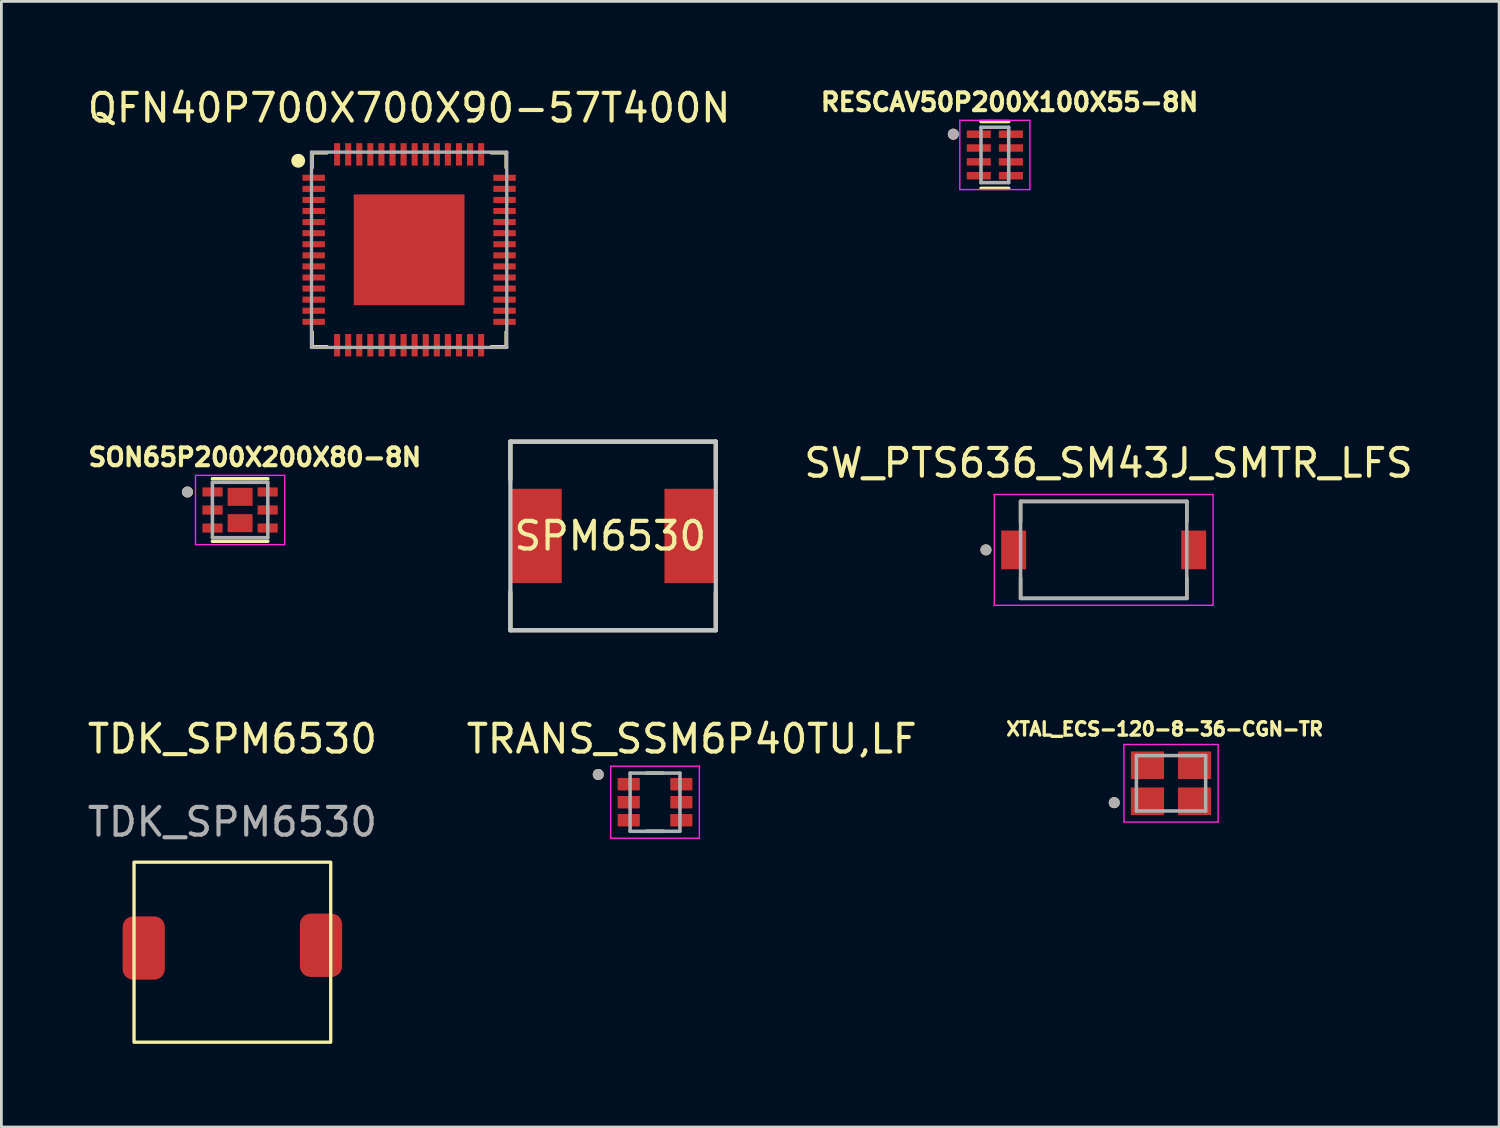
<source format=kicad_pcb>
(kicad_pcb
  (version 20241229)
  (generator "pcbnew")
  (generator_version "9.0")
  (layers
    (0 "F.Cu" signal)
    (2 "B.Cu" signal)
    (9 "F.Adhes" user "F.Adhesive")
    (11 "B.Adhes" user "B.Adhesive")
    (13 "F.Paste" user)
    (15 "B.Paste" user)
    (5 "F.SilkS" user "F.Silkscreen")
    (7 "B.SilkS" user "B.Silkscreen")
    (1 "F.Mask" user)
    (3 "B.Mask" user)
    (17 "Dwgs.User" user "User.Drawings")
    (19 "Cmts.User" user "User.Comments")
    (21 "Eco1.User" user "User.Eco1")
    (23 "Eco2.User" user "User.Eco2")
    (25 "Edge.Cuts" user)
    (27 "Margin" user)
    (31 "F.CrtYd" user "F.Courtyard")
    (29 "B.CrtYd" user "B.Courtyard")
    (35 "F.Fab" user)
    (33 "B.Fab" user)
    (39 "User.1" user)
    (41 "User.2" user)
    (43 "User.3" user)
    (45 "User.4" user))
  (footprint "XTAL_ECS-120-8-36-CGN-TR"
    (layer "F.Cu")
    (at 39.226 25.228)
    (property "Reference" "XTAL_ECS-120-8-36-CGN-TR" (at -0.226 -1.958 0) (layer "F.SilkS") (effects (font (size 0.481 0.481) (thickness 0.15))))
    (attr through_hole)
    (fp_circle (center -2.05 0.7) (end -1.95 0.7) (stroke (width 0.2) (type solid)) (fill no) (layer "F.SilkS"))
    (fp_line (start -1.7 -1.4) (end -1.7 1.4) (stroke (width 0.05) (type solid)) (layer "F.CrtYd"))
    (fp_line (start -1.7 1.4) (end 1.7 1.4) (stroke (width 0.05) (type solid)) (layer "F.CrtYd"))
    (fp_line (start 1.7 -1.4) (end -1.7 -1.4) (stroke (width 0.05) (type solid)) (layer "F.CrtYd"))
    (fp_line (start 1.7 1.4) (end 1.7 -1.4) (stroke (width 0.05) (type solid)) (layer "F.CrtYd"))
    (fp_line (start -1.25 -1) (end -1.25 1) (stroke (width 0.127) (type solid)) (layer "F.Fab"))
    (fp_line (start -1.25 1) (end 1.25 1) (stroke (width 0.127) (type solid)) (layer "F.Fab"))
    (fp_line (start 1.25 -1) (end -1.25 -1) (stroke (width 0.127) (type solid)) (layer "F.Fab"))
    (fp_line (start 1.25 1) (end 1.25 -1) (stroke (width 0.127) (type solid)) (layer "F.Fab"))
    (fp_circle (center -2.05 0.7) (end -1.95 0.7) (stroke (width 0.2) (type solid)) (fill no) (layer "F.Fab"))
    (pad "1" smd rect (at -0.85 0.65 90) (size 1 1.2) (layers "F.Cu" "F.Mask" "F.Paste"))
    (pad "2" smd rect (at 0.85 0.65 90) (size 1 1.2) (layers "F.Cu" "F.Mask" "F.Paste"))
    (pad "3" smd rect (at 0.85 -0.65 90) (size 1 1.2) (layers "F.Cu" "F.Mask" "F.Paste"))
    (pad "4" smd rect (at -0.85 -0.65 90) (size 1 1.2) (layers "F.Cu" "F.Mask" "F.Paste")))
  (footprint "SON65P200X200X80-8N"
    (layer "F.Cu")
    (at 5.618 15.362)
    (property "Reference" "SON65P200X200X80-8N" (at 0.532 -1.906 0) (layer "F.SilkS") (effects (font (size 0.64 0.64) (thickness 0.15))))
    (attr smd)
    (fp_line (start -1 -1.129) (end 1 -1.129) (stroke (width 0.127) (type solid)) (layer "F.SilkS"))
    (fp_line (start -1 1.129) (end 1 1.129) (stroke (width 0.127) (type solid)) (layer "F.SilkS"))
    (fp_circle (center -1.9 -0.65) (end -1.8 -0.65) (stroke (width 0.2) (type solid)) (fill no) (layer "F.SilkS"))
    (fp_poly (pts (xy -0.285 -0.68) (xy 0.285 -0.68) (xy 0.285 -0.27) (xy -0.285 -0.27)) (stroke (width 0.01) (type solid)) (fill yes) (layer "F.Paste"))
    (fp_poly (pts (xy -0.285 0.27) (xy 0.285 0.27) (xy 0.285 0.68) (xy -0.285 0.68)) (stroke (width 0.01) (type solid)) (fill yes) (layer "F.Paste"))
    (fp_line (start -1.61 -1.25) (end -1.61 1.25) (stroke (width 0.05) (type solid)) (layer "F.CrtYd"))
    (fp_line (start -1.61 1.25) (end 1.61 1.25) (stroke (width 0.05) (type solid)) (layer "F.CrtYd"))
    (fp_line (start 1.61 -1.25) (end -1.61 -1.25) (stroke (width 0.05) (type solid)) (layer "F.CrtYd"))
    (fp_line (start 1.61 1.25) (end 1.61 -1.25) (stroke (width 0.05) (type solid)) (layer "F.CrtYd"))
    (fp_line (start -1 -1) (end -1 1) (stroke (width 0.127) (type solid)) (layer "F.Fab"))
    (fp_line (start -1 1) (end 1 1) (stroke (width 0.127) (type solid)) (layer "F.Fab"))
    (fp_line (start 1 -1) (end -1 -1) (stroke (width 0.127) (type solid)) (layer "F.Fab"))
    (fp_line (start 1 1) (end 1 -1) (stroke (width 0.127) (type solid)) (layer "F.Fab"))
    (fp_circle (center -1.9 -0.65) (end -1.8 -0.65) (stroke (width 0.2) (type solid)) (fill no) (layer "F.Fab"))
    (pad "1" smd roundrect (at -0.995 -0.65) (size 0.73 0.33) (layers "F.Cu" "F.Mask" "F.Paste") (roundrect_rratio 0.04))
    (pad "2" smd roundrect (at -0.995 0) (size 0.73 0.33) (layers "F.Cu" "F.Mask" "F.Paste") (roundrect_rratio 0.04))
    (pad "3" smd roundrect (at -0.995 0.65) (size 0.73 0.33) (layers "F.Cu" "F.Mask" "F.Paste") (roundrect_rratio 0.04))
    (pad "4" smd roundrect (at 0.995 0.65 180) (size 0.73 0.33) (layers "F.Cu" "F.Mask" "F.Paste") (roundrect_rratio 0.04))
    (pad "5" smd roundrect (at 0.995 0 180) (size 0.73 0.33) (layers "F.Cu" "F.Mask" "F.Paste") (roundrect_rratio 0.04))
    (pad "6" smd roundrect (at 0.995 -0.65 180) (size 0.73 0.33) (layers "F.Cu" "F.Mask" "F.Paste") (roundrect_rratio 0.04))
    (pad "7" smd rect (at 0 -0.475) (size 0.9 0.65) (layers "F.Cu" "F.Mask"))
    (pad "8" smd rect (at 0 0.475) (size 0.9 0.65) (layers "F.Cu" "F.Mask")))
  (footprint "SW_PTS636_SM43J_SMTR_LFS"
    (layer "F.Cu")
    (at 36.795 16.802)
    (property "Reference" "SW_PTS636_SM43J_SMTR_LFS" (at 0.175 -3.135 0) (layer "F.SilkS") (effects (font (size 1 1) (thickness 0.15))))
    (attr through_hole)
    (fp_line (start -3 -1.75) (end 3 -1.75) (stroke (width 0.127) (type solid)) (layer "F.SilkS"))
    (fp_line (start -3 -1.014) (end -3 -1.75) (stroke (width 0.127) (type solid)) (layer "F.SilkS"))
    (fp_line (start -3 1.75) (end -3 1.014) (stroke (width 0.127) (type solid)) (layer "F.SilkS"))
    (fp_line (start 3 -1.75) (end 3 -1.014) (stroke (width 0.127) (type solid)) (layer "F.SilkS"))
    (fp_line (start 3 1.014) (end 3 1.75) (stroke (width 0.127) (type solid)) (layer "F.SilkS"))
    (fp_line (start 3 1.75) (end -3 1.75) (stroke (width 0.127) (type solid)) (layer "F.SilkS"))
    (fp_circle (center -4.25 0) (end -4.15 0) (stroke (width 0.2) (type solid)) (fill no) (layer "F.SilkS"))
    (fp_line (start -3.95 -2) (end 3.95 -2) (stroke (width 0.05) (type solid)) (layer "F.CrtYd"))
    (fp_line (start -3.95 2) (end -3.95 -2) (stroke (width 0.05) (type solid)) (layer "F.CrtYd"))
    (fp_line (start 3.95 -2) (end 3.95 2) (stroke (width 0.05) (type solid)) (layer "F.CrtYd"))
    (fp_line (start 3.95 2) (end -3.95 2) (stroke (width 0.05) (type solid)) (layer "F.CrtYd"))
    (fp_line (start -3 -1.75) (end 3 -1.75) (stroke (width 0.127) (type solid)) (layer "F.Fab"))
    (fp_line (start -3 1.75) (end -3 -1.75) (stroke (width 0.127) (type solid)) (layer "F.Fab"))
    (fp_line (start 3 -1.75) (end 3 1.75) (stroke (width 0.127) (type solid)) (layer "F.Fab"))
    (fp_line (start 3 1.75) (end -3 1.75) (stroke (width 0.127) (type solid)) (layer "F.Fab"))
    (fp_circle (center -4.25 0) (end -4.15 0) (stroke (width 0.2) (type solid)) (fill no) (layer "F.Fab"))
    (pad "1" smd rect (at -3.25 0) (size 0.9 1.4) (layers "F.Cu" "F.Mask" "F.Paste"))
    (pad "2" smd rect (at 3.25 0) (size 0.9 1.4) (layers "F.Cu" "F.Mask" "F.Paste")))
  (footprint "QFN40P700X700X90-57T400N"
    (layer "F.Cu")
    (at 11.72 5.968)
    (property "Reference" "QFN40P700X700X90-57T400N" (at 0 -5.12 0) (layer "F.SilkS") (effects (font (size 1 1) (thickness 0.15))))
    (attr through_hole)
    (fp_line (start -3.5 -3.5) (end -2.964 -3.5) (stroke (width 0.12) (type solid)) (layer "F.SilkS"))
    (fp_line (start -3.5 -2.964) (end -3.5 -3.5) (stroke (width 0.12) (type solid)) (layer "F.SilkS"))
    (fp_line (start -3.5 2.964) (end -3.5 3.5) (stroke (width 0.12) (type solid)) (layer "F.SilkS"))
    (fp_line (start -3.5 3.5) (end -2.964 3.5) (stroke (width 0.12) (type solid)) (layer "F.SilkS"))
    (fp_line (start 3.5 -3.5) (end 2.964 -3.5) (stroke (width 0.12) (type solid)) (layer "F.SilkS"))
    (fp_line (start 3.5 -2.964) (end 3.5 -3.5) (stroke (width 0.12) (type solid)) (layer "F.SilkS"))
    (fp_line (start 3.5 2.964) (end 3.5 3.5) (stroke (width 0.12) (type solid)) (layer "F.SilkS"))
    (fp_line (start 3.5 3.5) (end 2.964 3.5) (stroke (width 0.12) (type solid)) (layer "F.SilkS"))
    (fp_circle (center -4.004 -3.214) (end -3.754 -3.214) (stroke (width 0) (type solid)) (fill yes) (layer "F.SilkS"))
    (fp_line (start -3.525 -3.525) (end 3.525 -3.525) (stroke (width 0.12) (type solid)) (layer "F.Fab"))
    (fp_line (start -3.525 3.525) (end -3.525 -3.525) (stroke (width 0.12) (type solid)) (layer "F.Fab"))
    (fp_line (start 3.525 -3.525) (end 3.525 3.525) (stroke (width 0.12) (type solid)) (layer "F.Fab"))
    (fp_line (start 3.525 3.525) (end -3.525 3.525) (stroke (width 0.12) (type solid)) (layer "F.Fab"))
    (pad "1" smd rect (at -3.445 -2.6) (size 0.81 0.22) (layers "F.Cu" "F.Mask" "F.Paste"))
    (pad "2" smd rect (at -3.445 -2.2) (size 0.81 0.22) (layers "F.Cu" "F.Mask" "F.Paste"))
    (pad "3" smd rect (at -3.445 -1.8) (size 0.81 0.22) (layers "F.Cu" "F.Mask" "F.Paste"))
    (pad "4" smd rect (at -3.445 -1.4) (size 0.81 0.22) (layers "F.Cu" "F.Mask" "F.Paste"))
    (pad "5" smd rect (at -3.445 -1) (size 0.81 0.22) (layers "F.Cu" "F.Mask" "F.Paste"))
    (pad "6" smd rect (at -3.445 -0.6) (size 0.81 0.22) (layers "F.Cu" "F.Mask" "F.Paste"))
    (pad "7" smd rect (at -3.445 -0.2) (size 0.81 0.22) (layers "F.Cu" "F.Mask" "F.Paste"))
    (pad "8" smd rect (at -3.445 0.2) (size 0.81 0.22) (layers "F.Cu" "F.Mask" "F.Paste"))
    (pad "9" smd rect (at -3.445 0.6) (size 0.81 0.22) (layers "F.Cu" "F.Mask" "F.Paste"))
    (pad "10" smd rect (at -3.445 1) (size 0.81 0.22) (layers "F.Cu" "F.Mask" "F.Paste"))
    (pad "11" smd rect (at -3.445 1.4) (size 0.81 0.22) (layers "F.Cu" "F.Mask" "F.Paste"))
    (pad "12" smd rect (at -3.445 1.8) (size 0.81 0.22) (layers "F.Cu" "F.Mask" "F.Paste"))
    (pad "13" smd rect (at -3.445 2.2) (size 0.81 0.22) (layers "F.Cu" "F.Mask" "F.Paste"))
    (pad "14" smd rect (at -3.445 2.6) (size 0.81 0.22) (layers "F.Cu" "F.Mask" "F.Paste"))
    (pad "15" smd rect (at -2.6 3.445 90) (size 0.81 0.22) (layers "F.Cu" "F.Mask" "F.Paste"))
    (pad "16" smd rect (at -2.2 3.445 90) (size 0.81 0.22) (layers "F.Cu" "F.Mask" "F.Paste"))
    (pad "17" smd rect (at -1.8 3.445 90) (size 0.81 0.22) (layers "F.Cu" "F.Mask" "F.Paste"))
    (pad "18" smd rect (at -1.4 3.445 90) (size 0.81 0.22) (layers "F.Cu" "F.Mask" "F.Paste"))
    (pad "19" smd rect (at -1 3.445 90) (size 0.81 0.22) (layers "F.Cu" "F.Mask" "F.Paste"))
    (pad "20" smd rect (at -0.6 3.445 90) (size 0.81 0.22) (layers "F.Cu" "F.Mask" "F.Paste"))
    (pad "21" smd rect (at -0.2 3.445 90) (size 0.81 0.22) (layers "F.Cu" "F.Mask" "F.Paste"))
    (pad "22" smd rect (at 0.2 3.445 90) (size 0.81 0.22) (layers "F.Cu" "F.Mask" "F.Paste"))
    (pad "23" smd rect (at 0.6 3.445 90) (size 0.81 0.22) (layers "F.Cu" "F.Mask" "F.Paste"))
    (pad "24" smd rect (at 1 3.445 90) (size 0.81 0.22) (layers "F.Cu" "F.Mask" "F.Paste"))
    (pad "25" smd rect (at 1.4 3.445 90) (size 0.81 0.22) (layers "F.Cu" "F.Mask" "F.Paste"))
    (pad "26" smd rect (at 1.8 3.445 90) (size 0.81 0.22) (layers "F.Cu" "F.Mask" "F.Paste"))
    (pad "27" smd rect (at 2.2 3.445 90) (size 0.81 0.22) (layers "F.Cu" "F.Mask" "F.Paste"))
    (pad "28" smd rect (at 2.6 3.445 90) (size 0.81 0.22) (layers "F.Cu" "F.Mask" "F.Paste"))
    (pad "29" smd rect (at 3.445 2.6) (size 0.81 0.22) (layers "F.Cu" "F.Mask" "F.Paste"))
    (pad "30" smd rect (at 3.445 2.2) (size 0.81 0.22) (layers "F.Cu" "F.Mask" "F.Paste"))
    (pad "31" smd rect (at 3.445 1.8) (size 0.81 0.22) (layers "F.Cu" "F.Mask" "F.Paste"))
    (pad "32" smd rect (at 3.445 1.4) (size 0.81 0.22) (layers "F.Cu" "F.Mask" "F.Paste"))
    (pad "33" smd rect (at 3.445 1) (size 0.81 0.22) (layers "F.Cu" "F.Mask" "F.Paste"))
    (pad "34" smd rect (at 3.445 0.6) (size 0.81 0.22) (layers "F.Cu" "F.Mask" "F.Paste"))
    (pad "35" smd rect (at 3.445 0.2) (size 0.81 0.22) (layers "F.Cu" "F.Mask" "F.Paste"))
    (pad "36" smd rect (at 3.445 -0.2) (size 0.81 0.22) (layers "F.Cu" "F.Mask" "F.Paste"))
    (pad "37" smd rect (at 3.445 -0.6) (size 0.81 0.22) (layers "F.Cu" "F.Mask" "F.Paste"))
    (pad "38" smd rect (at 3.445 -1) (size 0.81 0.22) (layers "F.Cu" "F.Mask" "F.Paste"))
    (pad "39" smd rect (at 3.445 -1.4) (size 0.81 0.22) (layers "F.Cu" "F.Mask" "F.Paste"))
    (pad "40" smd rect (at 3.445 -1.8) (size 0.81 0.22) (layers "F.Cu" "F.Mask" "F.Paste"))
    (pad "41" smd rect (at 3.445 -2.2) (size 0.81 0.22) (layers "F.Cu" "F.Mask" "F.Paste"))
    (pad "42" smd rect (at 3.445 -2.6) (size 0.81 0.22) (layers "F.Cu" "F.Mask" "F.Paste"))
    (pad "43" smd rect (at 2.6 -3.445 90) (size 0.81 0.22) (layers "F.Cu" "F.Mask" "F.Paste"))
    (pad "44" smd rect (at 2.2 -3.445 90) (size 0.81 0.22) (layers "F.Cu" "F.Mask" "F.Paste"))
    (pad "45" smd rect (at 1.8 -3.445 90) (size 0.81 0.22) (layers "F.Cu" "F.Mask" "F.Paste"))
    (pad "46" smd rect (at 1.4 -3.445 90) (size 0.81 0.22) (layers "F.Cu" "F.Mask" "F.Paste"))
    (pad "47" smd rect (at 1 -3.445 90) (size 0.81 0.22) (layers "F.Cu" "F.Mask" "F.Paste"))
    (pad "48" smd rect (at 0.6 -3.445 90) (size 0.81 0.22) (layers "F.Cu" "F.Mask" "F.Paste"))
    (pad "49" smd rect (at 0.2 -3.445 90) (size 0.81 0.22) (layers "F.Cu" "F.Mask" "F.Paste"))
    (pad "50" smd rect (at -0.2 -3.445 90) (size 0.81 0.22) (layers "F.Cu" "F.Mask" "F.Paste"))
    (pad "51" smd rect (at -0.6 -3.445 90) (size 0.81 0.22) (layers "F.Cu" "F.Mask" "F.Paste"))
    (pad "52" smd rect (at -1 -3.445 90) (size 0.81 0.22) (layers "F.Cu" "F.Mask" "F.Paste"))
    (pad "53" smd rect (at -1.4 -3.445 90) (size 0.81 0.22) (layers "F.Cu" "F.Mask" "F.Paste"))
    (pad "54" smd rect (at -1.8 -3.445 90) (size 0.81 0.22) (layers "F.Cu" "F.Mask" "F.Paste"))
    (pad "55" smd rect (at -2.2 -3.445 90) (size 0.81 0.22) (layers "F.Cu" "F.Mask" "F.Paste"))
    (pad "56" smd rect (at -2.6 -3.445 90) (size 0.81 0.22) (layers "F.Cu" "F.Mask" "F.Paste"))
    (pad "57" smd rect (at 0 0) (size 4 4) (layers "F.Cu" "F.Mask" "F.Paste")))
  (footprint "RESCAV50P200X100X55-8N"
    (layer "F.Cu")
    (at 32.866 2.544)
    (property "Reference" "RESCAV50P200X100X55-8N" (at 0.532 -1.906 0) (layer "F.SilkS") (effects (font (size 0.64 0.64) (thickness 0.15))))
    (attr through_hole)
    (fp_line (start -0.5 -1.205) (end 0.5 -1.205) (stroke (width 0.127) (type solid)) (layer "F.SilkS"))
    (fp_line (start -0.5 1.205) (end 0.5 1.205) (stroke (width 0.127) (type solid)) (layer "F.SilkS"))
    (fp_circle (center -1.5 -0.75) (end -1.4 -0.75) (stroke (width 0.2) (type solid)) (fill no) (layer "F.SilkS"))
    (fp_line (start -1.265 -1.25) (end 1.265 -1.25) (stroke (width 0.05) (type solid)) (layer "F.CrtYd"))
    (fp_line (start -1.265 1.25) (end -1.265 -1.25) (stroke (width 0.05) (type solid)) (layer "F.CrtYd"))
    (fp_line (start 1.265 -1.25) (end 1.265 1.25) (stroke (width 0.05) (type solid)) (layer "F.CrtYd"))
    (fp_line (start 1.265 1.25) (end -1.265 1.25) (stroke (width 0.05) (type solid)) (layer "F.CrtYd"))
    (fp_line (start -0.5 -1) (end 0.5 -1) (stroke (width 0.127) (type solid)) (layer "F.Fab"))
    (fp_line (start -0.5 1) (end -0.5 -1) (stroke (width 0.127) (type solid)) (layer "F.Fab"))
    (fp_line (start 0.5 -1) (end 0.5 1) (stroke (width 0.127) (type solid)) (layer "F.Fab"))
    (fp_line (start 0.5 1) (end -0.5 1) (stroke (width 0.127) (type solid)) (layer "F.Fab"))
    (fp_circle (center -1.5 -0.75) (end -1.4 -0.75) (stroke (width 0.2) (type solid)) (fill no) (layer "F.Fab"))
    (pad "1" smd roundrect (at -0.58 -0.75) (size 0.87 0.27) (layers "F.Cu" "F.Mask" "F.Paste") (roundrect_rratio 0.03))
    (pad "2" smd roundrect (at -0.58 -0.25) (size 0.87 0.27) (layers "F.Cu" "F.Mask" "F.Paste") (roundrect_rratio 0.03))
    (pad "3" smd roundrect (at -0.58 0.25) (size 0.87 0.27) (layers "F.Cu" "F.Mask" "F.Paste") (roundrect_rratio 0.03))
    (pad "4" smd roundrect (at -0.58 0.75) (size 0.87 0.27) (layers "F.Cu" "F.Mask" "F.Paste") (roundrect_rratio 0.03))
    (pad "5" smd roundrect (at 0.58 0.75 180) (size 0.87 0.27) (layers "F.Cu" "F.Mask" "F.Paste") (roundrect_rratio 0.03))
    (pad "6" smd roundrect (at 0.58 0.25 180) (size 0.87 0.27) (layers "F.Cu" "F.Mask" "F.Paste") (roundrect_rratio 0.03))
    (pad "7" smd roundrect (at 0.58 -0.25 180) (size 0.87 0.27) (layers "F.Cu" "F.Mask" "F.Paste") (roundrect_rratio 0.03))
    (pad "8" smd roundrect (at 0.58 -0.75 180) (size 0.87 0.27) (layers "F.Cu" "F.Mask" "F.Paste") (roundrect_rratio 0.03)))
  (footprint "SPM6530"
    (layer "F.Cu")
    (at 19.084 16.298)
    (property "Reference" "SPM6530" (at -0.102 0 0) (layer "F.SilkS") (effects (font (size 1 1) (thickness 0.15))))
    (attr through_hole)
    (fp_line (start -3.708 -3.404) (end -3.708 -2.032) (stroke (width 0.152) (type solid)) (layer "F.SilkS"))
    (fp_line (start -3.708 2.032) (end -3.708 3.404) (stroke (width 0.152) (type solid)) (layer "F.SilkS"))
    (fp_line (start -3.708 3.404) (end 3.708 3.404) (stroke (width 0.152) (type solid)) (layer "F.SilkS"))
    (fp_line (start 3.708 -3.404) (end -3.708 -3.404) (stroke (width 0.152) (type solid)) (layer "F.SilkS"))
    (fp_line (start 3.708 -2.032) (end 3.708 -3.404) (stroke (width 0.152) (type solid)) (layer "F.SilkS"))
    (fp_line (start 3.708 3.404) (end 3.708 2.032) (stroke (width 0.152) (type solid)) (layer "F.SilkS"))
    (fp_line (start -3.708 -3.404) (end -3.708 3.404) (stroke (width 0.152) (type solid)) (layer "Dwgs.User"))
    (fp_line (start -3.708 3.404) (end 3.708 3.404) (stroke (width 0.152) (type solid)) (layer "Dwgs.User"))
    (fp_line (start 3.708 -3.404) (end -3.708 -3.404) (stroke (width 0.152) (type solid)) (layer "Dwgs.User"))
    (fp_line (start 3.708 3.404) (end 3.708 -3.404) (stroke (width 0.152) (type solid)) (layer "Dwgs.User"))
    (pad "1" smd rect (at -2.775 0) (size 1.841 3.404) (layers "F.Cu" "F.Mask" "F.Paste"))
    (pad "2" smd rect (at 2.775 0) (size 1.841 3.404) (layers "F.Cu" "F.Mask" "F.Paste")))
  (footprint "TDK_SPM6530"
    (layer "F.Cu")
    (at 5.339 24.126)
    (property "Reference" "TDK_SPM6530" (at 0 -0.5 0) (unlocked yes) (layer "F.SilkS") (effects (font (size 1 1) (thickness 0.15))))
    (attr smd)
    (fp_rect (start -3.55 3.95) (end 3.55 10.45) (stroke (width 0.12) (type solid)) (fill no) (layer "F.SilkS"))
    (fp_text user "${REFERENCE}" (at 0 2.5 0) (unlocked yes) (layer "F.Fab") (effects (font (size 1 1) (thickness 0.15))))
    (pad "1" smd roundrect (at -3.2 7.05 90) (size 2.286 1.524) (layers "F.Cu" "F.Mask" "F.Paste") (roundrect_rratio 0.25))
    (pad "2" smd roundrect (at 3.2 6.95 90) (size 2.286 1.524) (layers "F.Cu" "F.Mask" "F.Paste") (roundrect_rratio 0.25)))
  (footprint "TRANS_SSM6P40TU,LF"
    (layer "F.Cu")
    (at 20.598 25.911)
    (property "Reference" "TRANS_SSM6P40TU,LF" (at 1.325 -2.285 0) (layer "F.SilkS") (effects (font (size 1 1) (thickness 0.15))))
    (attr smd)
    (fp_line (start -0.3 -1.05) (end 0.3 -1.05) (stroke (width 0.127) (type solid)) (layer "F.SilkS"))
    (fp_line (start 0.3 1.05) (end -0.3 1.05) (stroke (width 0.127) (type solid)) (layer "F.SilkS"))
    (fp_circle (center -2.05 -1) (end -1.95 -1) (stroke (width 0.2) (type solid)) (fill no) (layer "F.SilkS"))
    (fp_line (start -1.6 -1.3) (end -1.6 1.3) (stroke (width 0.05) (type solid)) (layer "F.CrtYd"))
    (fp_line (start -1.6 1.3) (end 1.6 1.3) (stroke (width 0.05) (type solid)) (layer "F.CrtYd"))
    (fp_line (start 1.6 -1.3) (end -1.6 -1.3) (stroke (width 0.05) (type solid)) (layer "F.CrtYd"))
    (fp_line (start 1.6 1.3) (end 1.6 -1.3) (stroke (width 0.05) (type solid)) (layer "F.CrtYd"))
    (fp_line (start -0.9 -1.05) (end -0.9 1.05) (stroke (width 0.127) (type solid)) (layer "F.Fab"))
    (fp_line (start -0.9 1.05) (end 0.9 1.05) (stroke (width 0.127) (type solid)) (layer "F.Fab"))
    (fp_line (start 0.9 -1.05) (end -0.9 -1.05) (stroke (width 0.127) (type solid)) (layer "F.Fab"))
    (fp_line (start 0.9 1.05) (end 0.9 -1.05) (stroke (width 0.127) (type solid)) (layer "F.Fab"))
    (fp_circle (center -2.05 -1) (end -1.95 -1) (stroke (width 0.2) (type solid)) (fill no) (layer "F.Fab"))
    (pad "1" smd roundrect (at -0.95 -0.65) (size 0.8 0.45) (layers "F.Cu" "F.Mask" "F.Paste") (roundrect_rratio 0.06))
    (pad "2" smd roundrect (at -0.95 0) (size 0.8 0.45) (layers "F.Cu" "F.Mask" "F.Paste") (roundrect_rratio 0.06))
    (pad "3" smd roundrect (at -0.95 0.65) (size 0.8 0.45) (layers "F.Cu" "F.Mask" "F.Paste") (roundrect_rratio 0.06))
    (pad "4" smd roundrect (at 0.95 0.65) (size 0.8 0.45) (layers "F.Cu" "F.Mask" "F.Paste") (roundrect_rratio 0.06))
    (pad "5" smd roundrect (at 0.95 0) (size 0.8 0.45) (layers "F.Cu" "F.Mask" "F.Paste") (roundrect_rratio 0.06))
    (pad "6" smd roundrect (at 0.95 -0.65) (size 0.8 0.45) (layers "F.Cu" "F.Mask" "F.Paste") (roundrect_rratio 0.06)))
  (gr_rect
    (start -3 -3)
    (end 51.071 37.636)
    (stroke (width 0.1) (type default))
    (fill no)
    (layer "Edge.Cuts")))
</source>
